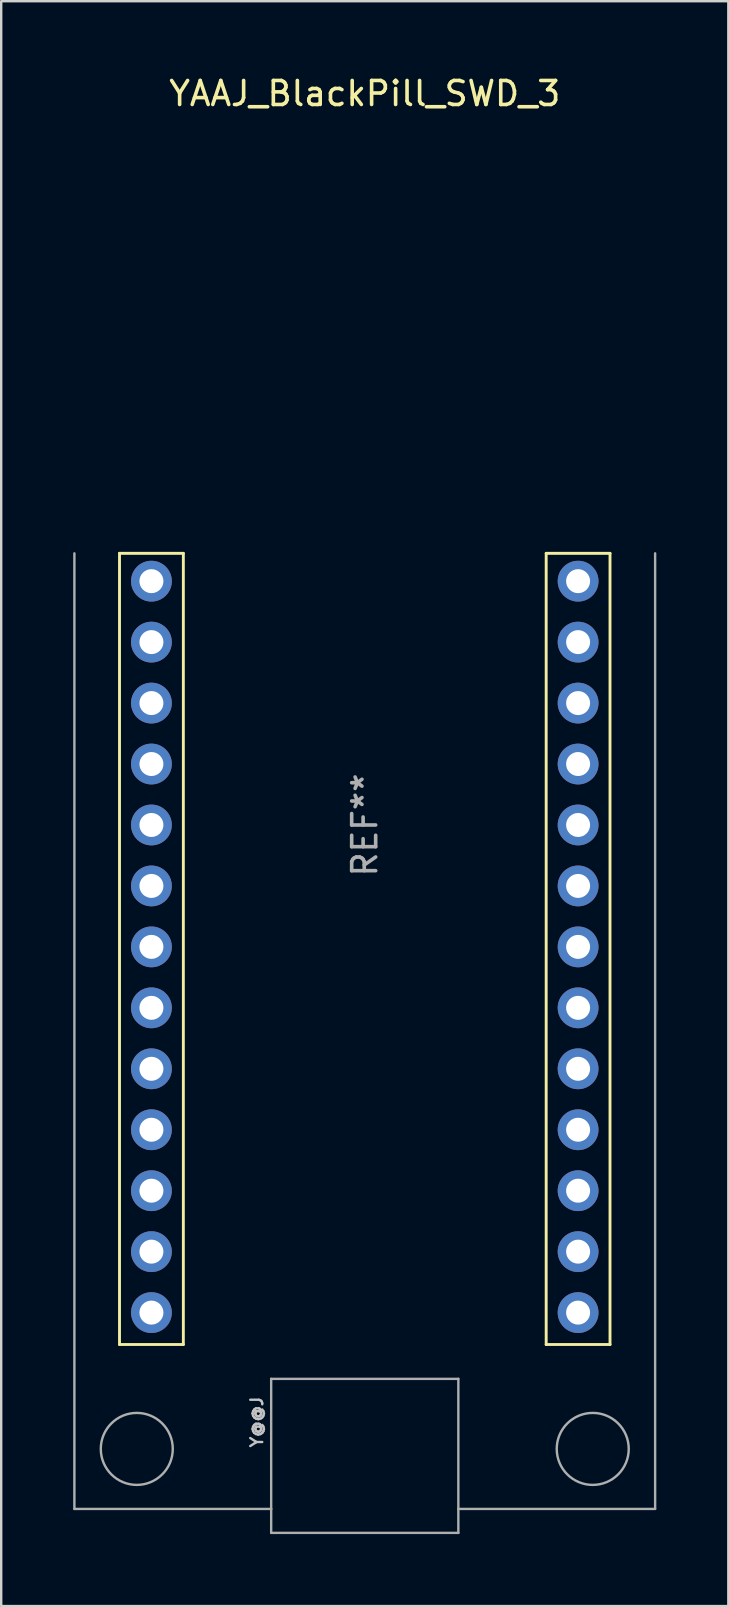
<source format=kicad_pcb>
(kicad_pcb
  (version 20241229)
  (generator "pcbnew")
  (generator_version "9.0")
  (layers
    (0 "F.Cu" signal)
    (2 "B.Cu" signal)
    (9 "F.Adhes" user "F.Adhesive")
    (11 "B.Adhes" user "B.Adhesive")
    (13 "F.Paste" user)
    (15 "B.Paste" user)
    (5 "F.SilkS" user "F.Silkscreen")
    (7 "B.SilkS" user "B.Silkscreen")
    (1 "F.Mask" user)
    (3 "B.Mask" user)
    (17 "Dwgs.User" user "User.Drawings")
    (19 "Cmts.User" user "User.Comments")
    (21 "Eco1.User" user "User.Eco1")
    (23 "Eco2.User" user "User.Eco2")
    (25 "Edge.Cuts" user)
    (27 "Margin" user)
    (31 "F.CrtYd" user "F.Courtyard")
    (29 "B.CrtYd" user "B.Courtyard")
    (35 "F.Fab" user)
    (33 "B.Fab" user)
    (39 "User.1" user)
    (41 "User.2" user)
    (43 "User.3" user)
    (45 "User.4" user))
  (footprint "YAAJ_BlackPill_SWD_3"
    (layer "F.Cu")
    (at 3.26 11.008)
    (property "Reference" "YAAJ_BlackPill_SWD_3" (at 8.89 -10.16 180) (layer "F.SilkS") (effects (font (size 1 1) (thickness 0.15))))
    (attr through_hole)
    (fp_line (start -1.33 9) (end -1.33 41.97) (stroke (width 0.12) (type solid)) (layer "F.SilkS"))
    (fp_line (start -1.33 9) (end 1.33 9) (stroke (width 0.12) (type solid)) (layer "F.SilkS"))
    (fp_line (start 1.33 9) (end 1.33 41.97) (stroke (width 0.12) (type solid)) (layer "F.SilkS"))
    (fp_line (start 1.33 41.97) (end -1.33 41.97) (stroke (width 0.12) (type solid)) (layer "F.SilkS"))
    (fp_line (start 16.45 9) (end 16.45 41.97) (stroke (width 0.12) (type solid)) (layer "F.SilkS"))
    (fp_line (start 16.45 9) (end 19.11 9) (stroke (width 0.12) (type solid)) (layer "F.SilkS"))
    (fp_line (start 16.45 41.97) (end 19.11 41.97) (stroke (width 0.12) (type solid)) (layer "F.SilkS"))
    (fp_line (start 19.11 9) (end 19.11 41.97) (stroke (width 0.12) (type solid)) (layer "F.SilkS"))
    (fp_line (start -3.21 9) (end -3.21 48.82) (stroke (width 0.1) (type solid)) (layer "F.Fab"))
    (fp_line (start -3.21 48.82) (end 4.99 48.82) (stroke (width 0.1) (type solid)) (layer "F.Fab"))
    (fp_line (start 4.99 43.4) (end 4.99 48.82) (stroke (width 0.1) (type solid)) (layer "F.Fab"))
    (fp_line (start 4.99 48.82) (end 4.99 49.82) (stroke (width 0.1) (type solid)) (layer "F.Fab"))
    (fp_line (start 4.99 49.82) (end 12.79 49.82) (stroke (width 0.1) (type solid)) (layer "F.Fab"))
    (fp_line (start 12.79 43.4) (end 4.99 43.4) (stroke (width 0.1) (type solid)) (layer "F.Fab"))
    (fp_line (start 12.79 48.82) (end 12.79 43.4) (stroke (width 0.1) (type solid)) (layer "F.Fab"))
    (fp_line (start 12.79 48.82) (end 12.79 49.82) (stroke (width 0.1) (type solid)) (layer "F.Fab"))
    (fp_line (start 12.79 48.82) (end 20.99 48.82) (stroke (width 0.1) (type solid)) (layer "F.Fab"))
    (fp_line (start 20.99 48.82) (end 20.99 9) (stroke (width 0.1) (type solid)) (layer "F.Fab"))
    (fp_circle (center -0.61 46.32) (end 0.89 46.32) (stroke (width 0.1) (type solid)) (fill no) (layer "F.Fab"))
    (fp_circle (center 18.39 46.32) (end 19.89 46.32) (stroke (width 0.1) (type solid)) (fill no) (layer "F.Fab"))
    (fp_text user "Y@@J" (at 4.392 45.2 270) (layer "Dwgs.User") (effects (font (size 0.5 0.5) (thickness 0.1))))
    (fp_text user "REF**" (at 8.89 20.32 270) (layer "F.Fab") (effects (font (size 1 1) (thickness 0.15))))
    (pad "5" thru_hole circle (at 0 10.16) (size 1.7 1.7) (drill 1) (layers "*.Cu" "*.Mask"))
    (pad "6" thru_hole circle (at 0 12.7) (size 1.7 1.7) (drill 1) (layers "*.Cu" "*.Mask"))
    (pad "7" thru_hole circle (at 0 15.24) (size 1.7 1.7) (drill 1) (layers "*.Cu" "*.Mask"))
    (pad "8" thru_hole circle (at 0 17.78) (size 1.7 1.7) (drill 1) (layers "*.Cu" "*.Mask"))
    (pad "9" thru_hole circle (at 0 20.32) (size 1.7 1.7) (drill 1) (layers "*.Cu" "*.Mask"))
    (pad "10" thru_hole circle (at 0 22.86) (size 1.7 1.7) (drill 1) (layers "*.Cu" "*.Mask"))
    (pad "11" thru_hole circle (at 0 25.4) (size 1.7 1.7) (drill 1) (layers "*.Cu" "*.Mask"))
    (pad "12" thru_hole circle (at 0 27.94) (size 1.7 1.7) (drill 1) (layers "*.Cu" "*.Mask"))
    (pad "13" thru_hole circle (at 0 30.48) (size 1.7 1.7) (drill 1) (layers "*.Cu" "*.Mask"))
    (pad "14" thru_hole circle (at 0 33.02) (size 1.7 1.7) (drill 1) (layers "*.Cu" "*.Mask"))
    (pad "15" thru_hole circle (at 0 35.56) (size 1.7 1.7) (drill 1) (layers "*.Cu" "*.Mask"))
    (pad "16" thru_hole circle (at 0 38.1) (size 1.7 1.7) (drill 1) (layers "*.Cu" "*.Mask"))
    (pad "17" thru_hole circle (at 0 40.64) (size 1.7 1.7) (drill 1) (layers "*.Cu" "*.Mask"))
    (pad "18" thru_hole circle (at 17.78 40.64) (size 1.7 1.7) (drill 1) (layers "*.Cu" "*.Mask"))
    (pad "19" thru_hole circle (at 17.78 38.1) (size 1.7 1.7) (drill 1) (layers "*.Cu" "*.Mask"))
    (pad "20" thru_hole circle (at 17.78 35.56) (size 1.7 1.7) (drill 1) (layers "*.Cu" "*.Mask"))
    (pad "21" thru_hole circle (at 17.78 33.02) (size 1.7 1.7) (drill 1) (layers "*.Cu" "*.Mask"))
    (pad "22" thru_hole circle (at 17.78 30.48) (size 1.7 1.7) (drill 1) (layers "*.Cu" "*.Mask"))
    (pad "23" thru_hole circle (at 17.78 27.94) (size 1.7 1.7) (drill 1) (layers "*.Cu" "*.Mask"))
    (pad "24" thru_hole circle (at 17.78 25.4) (size 1.7 1.7) (drill 1) (layers "*.Cu" "*.Mask"))
    (pad "25" thru_hole circle (at 17.78 22.86) (size 1.7 1.7) (drill 1) (layers "*.Cu" "*.Mask"))
    (pad "26" thru_hole circle (at 17.78 20.32) (size 1.7 1.7) (drill 1) (layers "*.Cu" "*.Mask"))
    (pad "27" thru_hole circle (at 17.78 17.78) (size 1.7 1.7) (drill 1) (layers "*.Cu" "*.Mask"))
    (pad "28" thru_hole circle (at 17.78 15.24) (size 1.7 1.7) (drill 1) (layers "*.Cu" "*.Mask"))
    (pad "29" thru_hole circle (at 17.78 12.7) (size 1.7 1.7) (drill 1) (layers "*.Cu" "*.Mask"))
    (pad "30" thru_hole circle (at 17.78 10.16) (size 1.7 1.7) (drill 1) (layers "*.Cu" "*.Mask")))
  (gr_rect
    (start -3 -3)
    (end 27.3 63.878)
    (stroke (width 0.1) (type default))
    (fill no)
    (layer "Edge.Cuts")))
</source>
